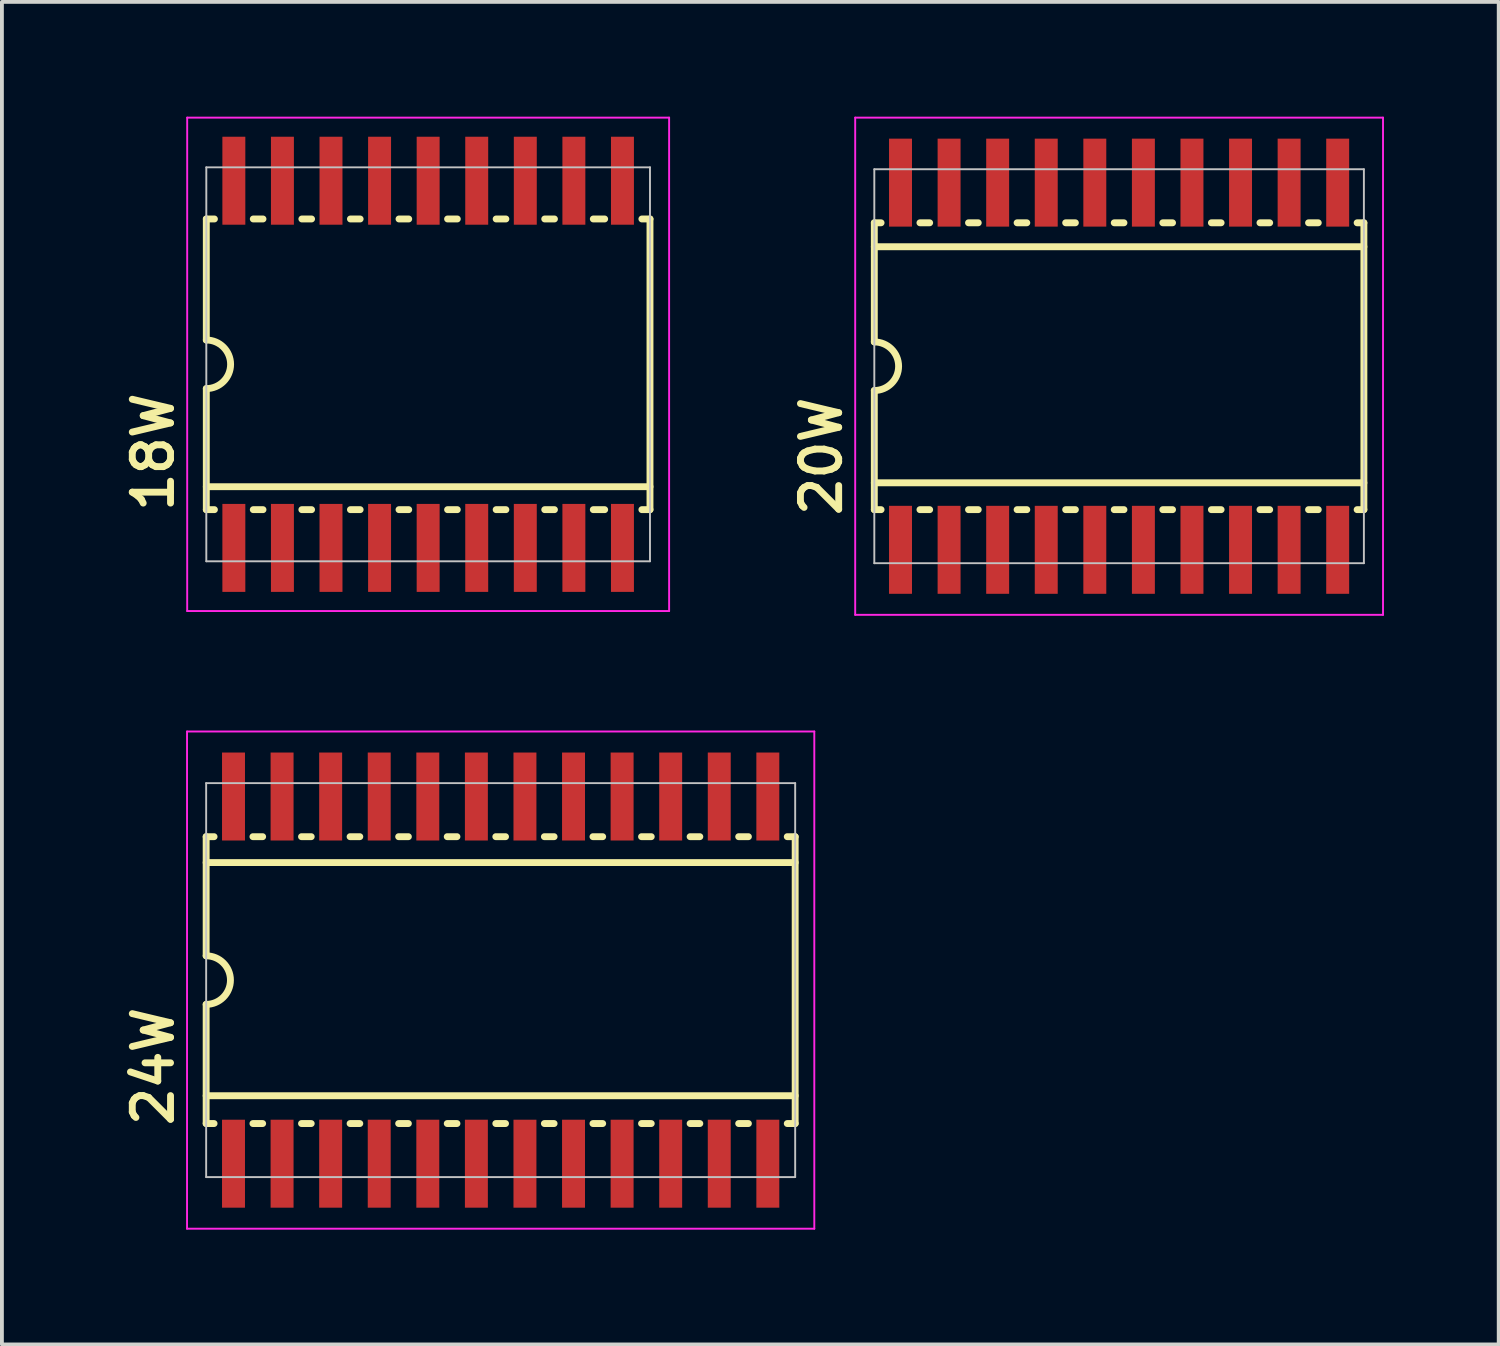
<source format=kicad_pcb>
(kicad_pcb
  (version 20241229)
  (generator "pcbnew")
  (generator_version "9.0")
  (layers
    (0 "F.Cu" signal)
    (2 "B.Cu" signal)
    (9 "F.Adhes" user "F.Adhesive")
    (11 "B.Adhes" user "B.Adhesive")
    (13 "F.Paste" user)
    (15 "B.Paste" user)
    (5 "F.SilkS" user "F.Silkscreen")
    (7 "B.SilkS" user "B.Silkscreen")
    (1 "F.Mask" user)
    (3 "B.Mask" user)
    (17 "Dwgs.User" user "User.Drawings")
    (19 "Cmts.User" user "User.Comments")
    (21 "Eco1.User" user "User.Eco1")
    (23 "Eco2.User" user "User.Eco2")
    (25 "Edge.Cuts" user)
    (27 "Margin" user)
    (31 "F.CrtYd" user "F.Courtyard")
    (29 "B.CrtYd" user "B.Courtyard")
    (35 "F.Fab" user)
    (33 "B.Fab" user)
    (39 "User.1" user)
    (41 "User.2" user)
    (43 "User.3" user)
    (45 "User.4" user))
  (footprint "24W"
    (layer "F.Cu")
    (at 10.04 22.575)
    (property "Reference" "24W" (at -8.5 3.9 90) (layer "F.SilkS") (effects (font (size 1 1) (thickness 0.18)) (justify left bottom)))
    (attr through_hole)
    (fp_line (start -7.7 -3.75) (end -7.493 -3.75) (stroke (width 0.18) (type solid)) (layer "F.SilkS"))
    (fp_line (start -7.7 -3.073) (end 7.7 -3.073) (stroke (width 0.18) (type solid)) (layer "F.SilkS"))
    (fp_line (start -7.7 -0.635) (end -7.7 -3.75) (stroke (width 0.18) (type solid)) (layer "F.SilkS"))
    (fp_line (start -7.7 3.023) (end 7.7 3.023) (stroke (width 0.18) (type solid)) (layer "F.SilkS"))
    (fp_line (start -7.7 3.75) (end -7.7 0.635) (stroke (width 0.18) (type solid)) (layer "F.SilkS"))
    (fp_line (start -7.7 3.75) (end -7.493 3.75) (stroke (width 0.18) (type solid)) (layer "F.SilkS"))
    (fp_line (start -6.477 -3.75) (end -6.223 -3.75) (stroke (width 0.18) (type solid)) (layer "F.SilkS"))
    (fp_line (start -6.477 3.75) (end -6.223 3.75) (stroke (width 0.18) (type solid)) (layer "F.SilkS"))
    (fp_line (start -5.207 -3.75) (end -4.953 -3.75) (stroke (width 0.18) (type solid)) (layer "F.SilkS"))
    (fp_line (start -5.207 3.75) (end -4.953 3.75) (stroke (width 0.18) (type solid)) (layer "F.SilkS"))
    (fp_line (start -3.937 -3.75) (end -3.683 -3.75) (stroke (width 0.18) (type solid)) (layer "F.SilkS"))
    (fp_line (start -3.937 3.75) (end -3.683 3.75) (stroke (width 0.18) (type solid)) (layer "F.SilkS"))
    (fp_line (start -2.667 -3.75) (end -2.413 -3.75) (stroke (width 0.18) (type solid)) (layer "F.SilkS"))
    (fp_line (start -2.667 3.75) (end -2.413 3.75) (stroke (width 0.18) (type solid)) (layer "F.SilkS"))
    (fp_line (start -1.397 -3.75) (end -1.143 -3.75) (stroke (width 0.18) (type solid)) (layer "F.SilkS"))
    (fp_line (start -1.397 3.75) (end -1.143 3.75) (stroke (width 0.18) (type solid)) (layer "F.SilkS"))
    (fp_line (start -0.127 -3.75) (end 0.127 -3.75) (stroke (width 0.18) (type solid)) (layer "F.SilkS"))
    (fp_line (start -0.127 3.75) (end 0.127 3.75) (stroke (width 0.18) (type solid)) (layer "F.SilkS"))
    (fp_line (start 1.143 -3.75) (end 1.397 -3.75) (stroke (width 0.18) (type solid)) (layer "F.SilkS"))
    (fp_line (start 1.143 3.75) (end 1.397 3.75) (stroke (width 0.18) (type solid)) (layer "F.SilkS"))
    (fp_line (start 2.413 -3.75) (end 2.667 -3.75) (stroke (width 0.18) (type solid)) (layer "F.SilkS"))
    (fp_line (start 2.413 3.75) (end 2.667 3.75) (stroke (width 0.18) (type solid)) (layer "F.SilkS"))
    (fp_line (start 3.683 -3.75) (end 3.937 -3.75) (stroke (width 0.18) (type solid)) (layer "F.SilkS"))
    (fp_line (start 3.683 3.75) (end 3.937 3.75) (stroke (width 0.18) (type solid)) (layer "F.SilkS"))
    (fp_line (start 4.953 -3.75) (end 5.207 -3.75) (stroke (width 0.18) (type solid)) (layer "F.SilkS"))
    (fp_line (start 4.953 3.75) (end 5.207 3.75) (stroke (width 0.18) (type solid)) (layer "F.SilkS"))
    (fp_line (start 6.223 -3.75) (end 6.477 -3.75) (stroke (width 0.18) (type solid)) (layer "F.SilkS"))
    (fp_line (start 6.223 3.75) (end 6.477 3.75) (stroke (width 0.18) (type solid)) (layer "F.SilkS"))
    (fp_line (start 7.493 -3.75) (end 7.7 -3.75) (stroke (width 0.18) (type solid)) (layer "F.SilkS"))
    (fp_line (start 7.493 3.75) (end 7.7 3.75) (stroke (width 0.18) (type solid)) (layer "F.SilkS"))
    (fp_line (start 7.7 -3.75) (end 7.7 3.75) (stroke (width 0.18) (type solid)) (layer "F.SilkS"))
    (fp_arc (start -7.7 -0.635) (mid -7.065 0) (end -7.7 0.635) (stroke (width 0.18) (type solid)) (layer "F.SilkS"))
    (fp_line (start -7.7 -5.15) (end 7.7 -5.15) (stroke (width 0.05) (type solid)) (layer "Dwgs.User"))
    (fp_line (start -7.7 5.15) (end -7.7 -5.15) (stroke (width 0.05) (type solid)) (layer "Dwgs.User"))
    (fp_line (start -7.7 5.15) (end 7.7 5.15) (stroke (width 0.05) (type solid)) (layer "Dwgs.User"))
    (fp_line (start 7.7 5.15) (end 7.7 -5.15) (stroke (width 0.05) (type solid)) (layer "Dwgs.User"))
    (fp_line (start -8.2 -6.5) (end 8.2 -6.5) (stroke (width 0.05) (type solid)) (layer "F.CrtYd"))
    (fp_line (start -8.2 6.5) (end -8.2 -6.5) (stroke (width 0.05) (type solid)) (layer "F.CrtYd"))
    (fp_line (start 8.2 -6.5) (end 8.2 6.5) (stroke (width 0.05) (type solid)) (layer "F.CrtYd"))
    (fp_line (start 8.2 6.5) (end -8.2 6.5) (stroke (width 0.05) (type solid)) (layer "F.CrtYd"))
    (pad "1" smd rect (at -6.985 4.8) (size 0.6 2.3) (layers "F.Cu" "F.Mask" "F.Paste"))
    (pad "2" smd rect (at -5.715 4.8) (size 0.6 2.3) (layers "F.Cu" "F.Mask" "F.Paste"))
    (pad "3" smd rect (at -4.445 4.8) (size 0.6 2.3) (layers "F.Cu" "F.Mask" "F.Paste"))
    (pad "4" smd rect (at -3.175 4.8) (size 0.6 2.3) (layers "F.Cu" "F.Mask" "F.Paste"))
    (pad "5" smd rect (at -1.905 4.8) (size 0.6 2.3) (layers "F.Cu" "F.Mask" "F.Paste"))
    (pad "6" smd rect (at -0.635 4.8) (size 0.6 2.3) (layers "F.Cu" "F.Mask" "F.Paste"))
    (pad "7" smd rect (at 0.635 4.8) (size 0.6 2.3) (layers "F.Cu" "F.Mask" "F.Paste"))
    (pad "8" smd rect (at 1.905 4.8) (size 0.6 2.3) (layers "F.Cu" "F.Mask" "F.Paste"))
    (pad "9" smd rect (at 3.175 4.8) (size 0.6 2.3) (layers "F.Cu" "F.Mask" "F.Paste"))
    (pad "10" smd rect (at 4.445 4.8) (size 0.6 2.3) (layers "F.Cu" "F.Mask" "F.Paste"))
    (pad "11" smd rect (at 5.715 4.8) (size 0.6 2.3) (layers "F.Cu" "F.Mask" "F.Paste"))
    (pad "12" smd rect (at 6.985 4.8) (size 0.6 2.3) (layers "F.Cu" "F.Mask" "F.Paste"))
    (pad "13" smd rect (at 6.985 -4.8) (size 0.6 2.3) (layers "F.Cu" "F.Mask" "F.Paste"))
    (pad "14" smd rect (at 5.715 -4.8) (size 0.6 2.3) (layers "F.Cu" "F.Mask" "F.Paste"))
    (pad "15" smd rect (at 4.445 -4.8) (size 0.6 2.3) (layers "F.Cu" "F.Mask" "F.Paste"))
    (pad "16" smd rect (at 3.175 -4.8) (size 0.6 2.3) (layers "F.Cu" "F.Mask" "F.Paste"))
    (pad "17" smd rect (at 1.905 -4.8) (size 0.6 2.3) (layers "F.Cu" "F.Mask" "F.Paste"))
    (pad "18" smd rect (at 0.635 -4.8) (size 0.6 2.3) (layers "F.Cu" "F.Mask" "F.Paste"))
    (pad "19" smd rect (at -0.635 -4.8) (size 0.6 2.3) (layers "F.Cu" "F.Mask" "F.Paste"))
    (pad "20" smd rect (at -1.905 -4.8) (size 0.6 2.3) (layers "F.Cu" "F.Mask" "F.Paste"))
    (pad "21" smd rect (at -3.175 -4.8) (size 0.6 2.3) (layers "F.Cu" "F.Mask" "F.Paste"))
    (pad "22" smd rect (at -4.445 -4.8) (size 0.6 2.3) (layers "F.Cu" "F.Mask" "F.Paste"))
    (pad "23" smd rect (at -5.715 -4.8) (size 0.6 2.3) (layers "F.Cu" "F.Mask" "F.Paste"))
    (pad "24" smd rect (at -6.985 -4.8) (size 0.6 2.3) (layers "F.Cu" "F.Mask" "F.Paste")))
  (footprint "20W"
    (layer "F.Cu")
    (at 26.209 6.525)
    (property "Reference" "20W" (at -7.2 4 90) (layer "F.SilkS") (effects (font (size 1 1) (thickness 0.18)) (justify left bottom)))
    (attr through_hole)
    (fp_line (start -6.4 -3.75) (end -6.223 -3.75) (stroke (width 0.18) (type solid)) (layer "F.SilkS"))
    (fp_line (start -6.4 -3.124) (end 6.4 -3.124) (stroke (width 0.18) (type solid)) (layer "F.SilkS"))
    (fp_line (start -6.4 -0.635) (end -6.4 -3.75) (stroke (width 0.18) (type solid)) (layer "F.SilkS"))
    (fp_line (start -6.4 0.635) (end -6.4 3.75) (stroke (width 0.18) (type solid)) (layer "F.SilkS"))
    (fp_line (start -6.4 3.048) (end 6.4 3.048) (stroke (width 0.18) (type solid)) (layer "F.SilkS"))
    (fp_line (start -6.4 3.75) (end -6.223 3.75) (stroke (width 0.18) (type solid)) (layer "F.SilkS"))
    (fp_line (start -4.953 -3.75) (end -5.207 -3.75) (stroke (width 0.18) (type solid)) (layer "F.SilkS"))
    (fp_line (start -4.953 3.75) (end -5.207 3.75) (stroke (width 0.18) (type solid)) (layer "F.SilkS"))
    (fp_line (start -3.683 -3.75) (end -3.937 -3.75) (stroke (width 0.18) (type solid)) (layer "F.SilkS"))
    (fp_line (start -3.683 3.75) (end -3.937 3.75) (stroke (width 0.18) (type solid)) (layer "F.SilkS"))
    (fp_line (start -2.413 -3.75) (end -2.667 -3.75) (stroke (width 0.18) (type solid)) (layer "F.SilkS"))
    (fp_line (start -2.413 3.75) (end -2.667 3.75) (stroke (width 0.18) (type solid)) (layer "F.SilkS"))
    (fp_line (start -1.143 -3.75) (end -1.397 -3.75) (stroke (width 0.18) (type solid)) (layer "F.SilkS"))
    (fp_line (start -1.143 3.75) (end -1.397 3.75) (stroke (width 0.18) (type solid)) (layer "F.SilkS"))
    (fp_line (start 0.127 -3.75) (end -0.127 -3.75) (stroke (width 0.18) (type solid)) (layer "F.SilkS"))
    (fp_line (start 0.127 3.75) (end -0.127 3.75) (stroke (width 0.18) (type solid)) (layer "F.SilkS"))
    (fp_line (start 1.397 -3.75) (end 1.143 -3.75) (stroke (width 0.18) (type solid)) (layer "F.SilkS"))
    (fp_line (start 1.397 3.75) (end 1.143 3.75) (stroke (width 0.18) (type solid)) (layer "F.SilkS"))
    (fp_line (start 2.667 -3.75) (end 2.413 -3.75) (stroke (width 0.18) (type solid)) (layer "F.SilkS"))
    (fp_line (start 2.667 3.75) (end 2.413 3.75) (stroke (width 0.18) (type solid)) (layer "F.SilkS"))
    (fp_line (start 3.937 -3.75) (end 3.683 -3.75) (stroke (width 0.18) (type solid)) (layer "F.SilkS"))
    (fp_line (start 3.937 3.75) (end 3.683 3.75) (stroke (width 0.18) (type solid)) (layer "F.SilkS"))
    (fp_line (start 5.207 -3.75) (end 4.953 -3.75) (stroke (width 0.18) (type solid)) (layer "F.SilkS"))
    (fp_line (start 5.207 3.75) (end 4.953 3.75) (stroke (width 0.18) (type solid)) (layer "F.SilkS"))
    (fp_line (start 6.4 -3.75) (end 6.223 -3.75) (stroke (width 0.18) (type solid)) (layer "F.SilkS"))
    (fp_line (start 6.4 -3.75) (end 6.4 3.75) (stroke (width 0.18) (type solid)) (layer "F.SilkS"))
    (fp_line (start 6.4 3.75) (end 6.223 3.75) (stroke (width 0.18) (type solid)) (layer "F.SilkS"))
    (fp_arc (start -6.4 -0.635) (mid -5.765 0) (end -6.4 0.635) (stroke (width 0.18) (type solid)) (layer "F.SilkS"))
    (fp_line (start -6.4 -5.15) (end 6.4 -5.15) (stroke (width 0.05) (type solid)) (layer "Dwgs.User"))
    (fp_line (start -6.4 5.15) (end -6.4 -5.15) (stroke (width 0.05) (type solid)) (layer "Dwgs.User"))
    (fp_line (start -6.4 5.15) (end 6.4 5.15) (stroke (width 0.05) (type solid)) (layer "Dwgs.User"))
    (fp_line (start 6.4 5.15) (end 6.4 -5.15) (stroke (width 0.05) (type solid)) (layer "Dwgs.User"))
    (fp_line (start -6.9 -6.5) (end 6.9 -6.5) (stroke (width 0.05) (type solid)) (layer "F.CrtYd"))
    (fp_line (start -6.9 6.5) (end -6.9 -6.5) (stroke (width 0.05) (type solid)) (layer "F.CrtYd"))
    (fp_line (start 6.9 -6.5) (end 6.9 6.5) (stroke (width 0.05) (type solid)) (layer "F.CrtYd"))
    (fp_line (start 6.9 6.5) (end -6.9 6.5) (stroke (width 0.05) (type solid)) (layer "F.CrtYd"))
    (pad "1" smd rect (at -5.715 4.8) (size 0.6 2.3) (layers "F.Cu" "F.Mask" "F.Paste"))
    (pad "2" smd rect (at -4.445 4.8) (size 0.6 2.3) (layers "F.Cu" "F.Mask" "F.Paste"))
    (pad "3" smd rect (at -3.175 4.8) (size 0.6 2.3) (layers "F.Cu" "F.Mask" "F.Paste"))
    (pad "4" smd rect (at -1.905 4.8) (size 0.6 2.3) (layers "F.Cu" "F.Mask" "F.Paste"))
    (pad "5" smd rect (at -0.635 4.8) (size 0.6 2.3) (layers "F.Cu" "F.Mask" "F.Paste"))
    (pad "6" smd rect (at 0.635 4.8) (size 0.6 2.3) (layers "F.Cu" "F.Mask" "F.Paste"))
    (pad "7" smd rect (at 1.905 4.8) (size 0.6 2.3) (layers "F.Cu" "F.Mask" "F.Paste"))
    (pad "8" smd rect (at 3.175 4.8) (size 0.6 2.3) (layers "F.Cu" "F.Mask" "F.Paste"))
    (pad "9" smd rect (at 4.445 4.8) (size 0.6 2.3) (layers "F.Cu" "F.Mask" "F.Paste"))
    (pad "10" smd rect (at 5.715 4.8) (size 0.6 2.3) (layers "F.Cu" "F.Mask" "F.Paste"))
    (pad "11" smd rect (at 5.715 -4.8) (size 0.6 2.3) (layers "F.Cu" "F.Mask" "F.Paste"))
    (pad "12" smd rect (at 4.445 -4.8) (size 0.6 2.3) (layers "F.Cu" "F.Mask" "F.Paste"))
    (pad "13" smd rect (at 3.175 -4.8) (size 0.6 2.3) (layers "F.Cu" "F.Mask" "F.Paste"))
    (pad "14" smd rect (at 1.905 -4.8) (size 0.6 2.3) (layers "F.Cu" "F.Mask" "F.Paste"))
    (pad "15" smd rect (at 0.635 -4.8) (size 0.6 2.3) (layers "F.Cu" "F.Mask" "F.Paste"))
    (pad "16" smd rect (at -0.635 -4.8) (size 0.6 2.3) (layers "F.Cu" "F.Mask" "F.Paste"))
    (pad "17" smd rect (at -1.905 -4.8) (size 0.6 2.3) (layers "F.Cu" "F.Mask" "F.Paste"))
    (pad "18" smd rect (at -3.175 -4.8) (size 0.6 2.3) (layers "F.Cu" "F.Mask" "F.Paste"))
    (pad "19" smd rect (at -4.445 -4.8) (size 0.6 2.3) (layers "F.Cu" "F.Mask" "F.Paste"))
    (pad "20" smd rect (at -5.715 -4.8) (size 0.6 2.3) (layers "F.Cu" "F.Mask" "F.Paste")))
  (footprint "18W"
    (layer "F.Cu")
    (at 8.144 6.475)
    (property "Reference" "18W" (at -6.604 3.937 90) (layer "F.SilkS") (effects (font (size 1 1) (thickness 0.18)) (justify left bottom)))
    (attr through_hole)
    (fp_line (start -5.8 -3.8) (end -5.8 -0.635) (stroke (width 0.18) (type solid)) (layer "F.SilkS"))
    (fp_line (start -5.8 -3.8) (end -5.588 -3.8) (stroke (width 0.18) (type solid)) (layer "F.SilkS"))
    (fp_line (start -5.8 3.8) (end -5.8 0.635) (stroke (width 0.18) (type solid)) (layer "F.SilkS"))
    (fp_line (start -5.8 3.8) (end -5.588 3.8) (stroke (width 0.18) (type solid)) (layer "F.SilkS"))
    (fp_line (start -4.572 -3.8) (end -4.318 -3.8) (stroke (width 0.18) (type solid)) (layer "F.SilkS"))
    (fp_line (start -4.572 3.8) (end -4.318 3.8) (stroke (width 0.18) (type solid)) (layer "F.SilkS"))
    (fp_line (start -3.302 -3.8) (end -3.048 -3.8) (stroke (width 0.18) (type solid)) (layer "F.SilkS"))
    (fp_line (start -3.302 3.8) (end -3.048 3.8) (stroke (width 0.18) (type solid)) (layer "F.SilkS"))
    (fp_line (start -2.032 -3.8) (end -1.778 -3.8) (stroke (width 0.18) (type solid)) (layer "F.SilkS"))
    (fp_line (start -2.032 3.8) (end -1.778 3.8) (stroke (width 0.18) (type solid)) (layer "F.SilkS"))
    (fp_line (start -0.762 -3.8) (end -0.508 -3.8) (stroke (width 0.18) (type solid)) (layer "F.SilkS"))
    (fp_line (start -0.762 3.8) (end -0.508 3.8) (stroke (width 0.18) (type solid)) (layer "F.SilkS"))
    (fp_line (start 0.508 -3.8) (end 0.762 -3.8) (stroke (width 0.18) (type solid)) (layer "F.SilkS"))
    (fp_line (start 0.508 3.8) (end 0.762 3.8) (stroke (width 0.18) (type solid)) (layer "F.SilkS"))
    (fp_line (start 1.778 -3.8) (end 2.032 -3.8) (stroke (width 0.18) (type solid)) (layer "F.SilkS"))
    (fp_line (start 1.778 3.8) (end 2.032 3.8) (stroke (width 0.18) (type solid)) (layer "F.SilkS"))
    (fp_line (start 3.048 -3.8) (end 3.302 -3.8) (stroke (width 0.18) (type solid)) (layer "F.SilkS"))
    (fp_line (start 3.048 3.8) (end 3.302 3.8) (stroke (width 0.18) (type solid)) (layer "F.SilkS"))
    (fp_line (start 4.318 -3.8) (end 4.615 -3.8) (stroke (width 0.18) (type solid)) (layer "F.SilkS"))
    (fp_line (start 4.318 3.8) (end 4.615 3.8) (stroke (width 0.18) (type solid)) (layer "F.SilkS"))
    (fp_line (start 5.588 -3.8) (end 5.8 -3.8) (stroke (width 0.18) (type solid)) (layer "F.SilkS"))
    (fp_line (start 5.588 3.8) (end 5.8 3.8) (stroke (width 0.18) (type solid)) (layer "F.SilkS"))
    (fp_line (start 5.8 -3.8) (end 5.8 3.8) (stroke (width 0.18) (type solid)) (layer "F.SilkS"))
    (fp_line (start 5.8 3.2) (end -5.8 3.2) (stroke (width 0.18) (type solid)) (layer "F.SilkS"))
    (fp_arc (start -5.8 -0.635) (mid -5.165 0) (end -5.8 0.635) (stroke (width 0.18) (type solid)) (layer "F.SilkS"))
    (fp_line (start -5.8 -5.15) (end 5.8 -5.15) (stroke (width 0.05) (type solid)) (layer "Dwgs.User"))
    (fp_line (start -5.8 5.15) (end -5.8 -5.15) (stroke (width 0.05) (type solid)) (layer "Dwgs.User"))
    (fp_line (start -5.8 5.15) (end 5.8 5.15) (stroke (width 0.05) (type solid)) (layer "Dwgs.User"))
    (fp_line (start 5.8 5.15) (end 5.8 -5.15) (stroke (width 0.05) (type solid)) (layer "Dwgs.User"))
    (fp_line (start -6.3 -6.45) (end 6.3 -6.45) (stroke (width 0.05) (type solid)) (layer "F.CrtYd"))
    (fp_line (start -6.3 6.45) (end -6.3 -6.45) (stroke (width 0.05) (type solid)) (layer "F.CrtYd"))
    (fp_line (start 6.3 -6.45) (end 6.3 6.45) (stroke (width 0.05) (type solid)) (layer "F.CrtYd"))
    (fp_line (start 6.3 6.45) (end -6.3 6.45) (stroke (width 0.05) (type solid)) (layer "F.CrtYd"))
    (pad "1" smd rect (at -5.08 4.8) (size 0.6 2.3) (layers "F.Cu" "F.Mask" "F.Paste"))
    (pad "2" smd rect (at -3.81 4.8) (size 0.6 2.3) (layers "F.Cu" "F.Mask" "F.Paste"))
    (pad "3" smd rect (at -2.54 4.8) (size 0.6 2.3) (layers "F.Cu" "F.Mask" "F.Paste"))
    (pad "4" smd rect (at -1.27 4.8) (size 0.6 2.3) (layers "F.Cu" "F.Mask" "F.Paste"))
    (pad "5" smd rect (at 0 4.8) (size 0.6 2.3) (layers "F.Cu" "F.Mask" "F.Paste"))
    (pad "6" smd rect (at 1.27 4.8) (size 0.6 2.3) (layers "F.Cu" "F.Mask" "F.Paste"))
    (pad "7" smd rect (at 2.54 4.8) (size 0.6 2.3) (layers "F.Cu" "F.Mask" "F.Paste"))
    (pad "8" smd rect (at 3.81 4.8) (size 0.6 2.3) (layers "F.Cu" "F.Mask" "F.Paste"))
    (pad "9" smd rect (at 5.08 4.8) (size 0.6 2.3) (layers "F.Cu" "F.Mask" "F.Paste"))
    (pad "10" smd rect (at 5.08 -4.8) (size 0.6 2.3) (layers "F.Cu" "F.Mask" "F.Paste"))
    (pad "11" smd rect (at 3.81 -4.8) (size 0.6 2.3) (layers "F.Cu" "F.Mask" "F.Paste"))
    (pad "12" smd rect (at 2.54 -4.8) (size 0.6 2.3) (layers "F.Cu" "F.Mask" "F.Paste"))
    (pad "13" smd rect (at 1.27 -4.8) (size 0.6 2.3) (layers "F.Cu" "F.Mask" "F.Paste"))
    (pad "14" smd rect (at 0 -4.8) (size 0.6 2.3) (layers "F.Cu" "F.Mask" "F.Paste"))
    (pad "15" smd rect (at -1.27 -4.8) (size 0.6 2.3) (layers "F.Cu" "F.Mask" "F.Paste"))
    (pad "16" smd rect (at -2.54 -4.8) (size 0.6 2.3) (layers "F.Cu" "F.Mask" "F.Paste"))
    (pad "17" smd rect (at -3.81 -4.8) (size 0.6 2.3) (layers "F.Cu" "F.Mask" "F.Paste"))
    (pad "18" smd rect (at -5.08 -4.8) (size 0.6 2.3) (layers "F.Cu" "F.Mask" "F.Paste")))
  (gr_rect
    (start -3 -3)
    (end 36.134 32.1)
    (stroke (width 0.1) (type default))
    (fill no)
    (layer "Edge.Cuts")))
</source>
